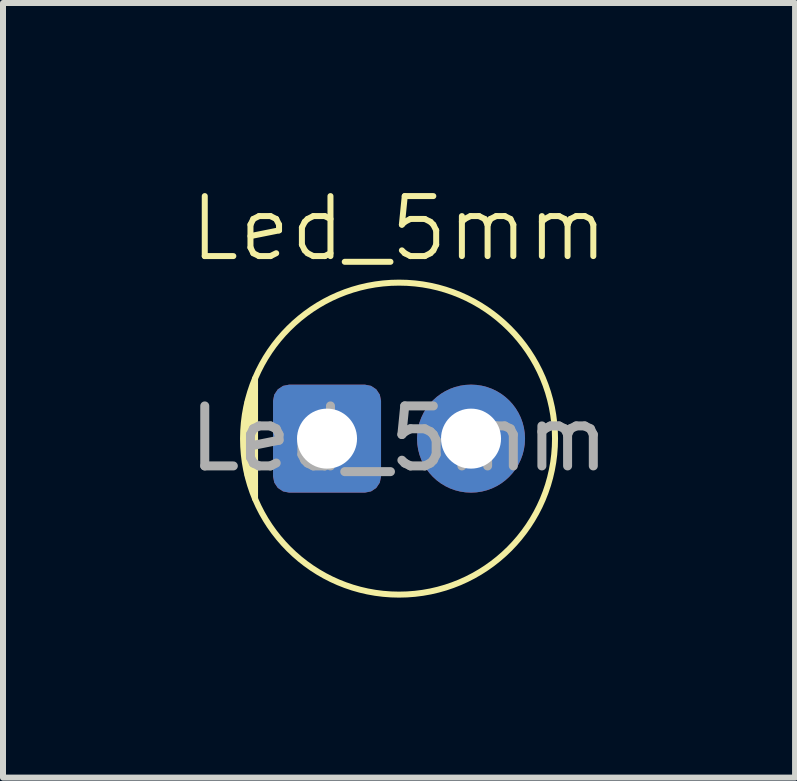
<source format=kicad_pcb>
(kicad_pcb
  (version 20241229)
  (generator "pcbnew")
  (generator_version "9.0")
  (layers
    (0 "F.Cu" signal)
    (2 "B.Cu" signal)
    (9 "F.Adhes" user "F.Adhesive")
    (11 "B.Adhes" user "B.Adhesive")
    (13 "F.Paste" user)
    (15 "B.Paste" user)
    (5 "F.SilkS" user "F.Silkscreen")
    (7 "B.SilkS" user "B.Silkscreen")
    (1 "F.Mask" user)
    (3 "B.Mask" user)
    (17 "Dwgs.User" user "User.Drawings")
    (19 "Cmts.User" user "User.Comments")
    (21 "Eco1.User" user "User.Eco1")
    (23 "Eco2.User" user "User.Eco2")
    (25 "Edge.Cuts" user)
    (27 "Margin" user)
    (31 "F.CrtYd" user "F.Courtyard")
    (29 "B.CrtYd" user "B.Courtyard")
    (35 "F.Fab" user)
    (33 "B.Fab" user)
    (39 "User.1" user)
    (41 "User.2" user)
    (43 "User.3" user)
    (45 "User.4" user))
  (footprint "Led_5mm"
    (layer "F.Cu")
    (at 3.601 4.261)
    (property "Reference" "Led_5mm" (at 0 -3.5 0) (unlocked yes) (layer "F.SilkS") (effects (font (size 1 1) (thickness 0.1))))
    (attr smd)
    (fp_line (start -2.5 -0.6) (end -2.5 0.6) (stroke (width 0.15) (type solid)) (layer "F.SilkS"))
    (fp_line (start -2.4 -0.8) (end -2.5 -0.6) (stroke (width 0.1) (type default)) (layer "F.SilkS"))
    (fp_line (start -2.4 0.8) (end -2.5 0.6) (stroke (width 0.1) (type default)) (layer "F.SilkS"))
    (fp_line (start -2.4 1) (end -2.4 -1) (stroke (width 0.1) (type default)) (layer "F.SilkS"))
    (fp_circle (center 0 0) (end 2.6 0) (stroke (width 0.1) (type solid)) (fill no) (layer "F.SilkS"))
    (fp_text user "${REFERENCE}" (at 0 0 0) (unlocked yes) (layer "F.Fab") (effects (font (size 1 1) (thickness 0.15))))
    (pad "1" thru_hole roundrect (at -1.2 0 180) (size 1.8 1.8) (drill 1) (layers "*.Cu" "*.Mask") (roundrect_rratio 0.15))
    (pad "2" thru_hole circle (at 1.2 0 180) (size 1.8 1.8) (drill 1) (layers "*.Cu" "*.Mask")))
  (gr_rect
    (start -3 -3)
    (end 10.202 9.911)
    (stroke (width 0.1) (type default))
    (fill no)
    (layer "Edge.Cuts")))
</source>
